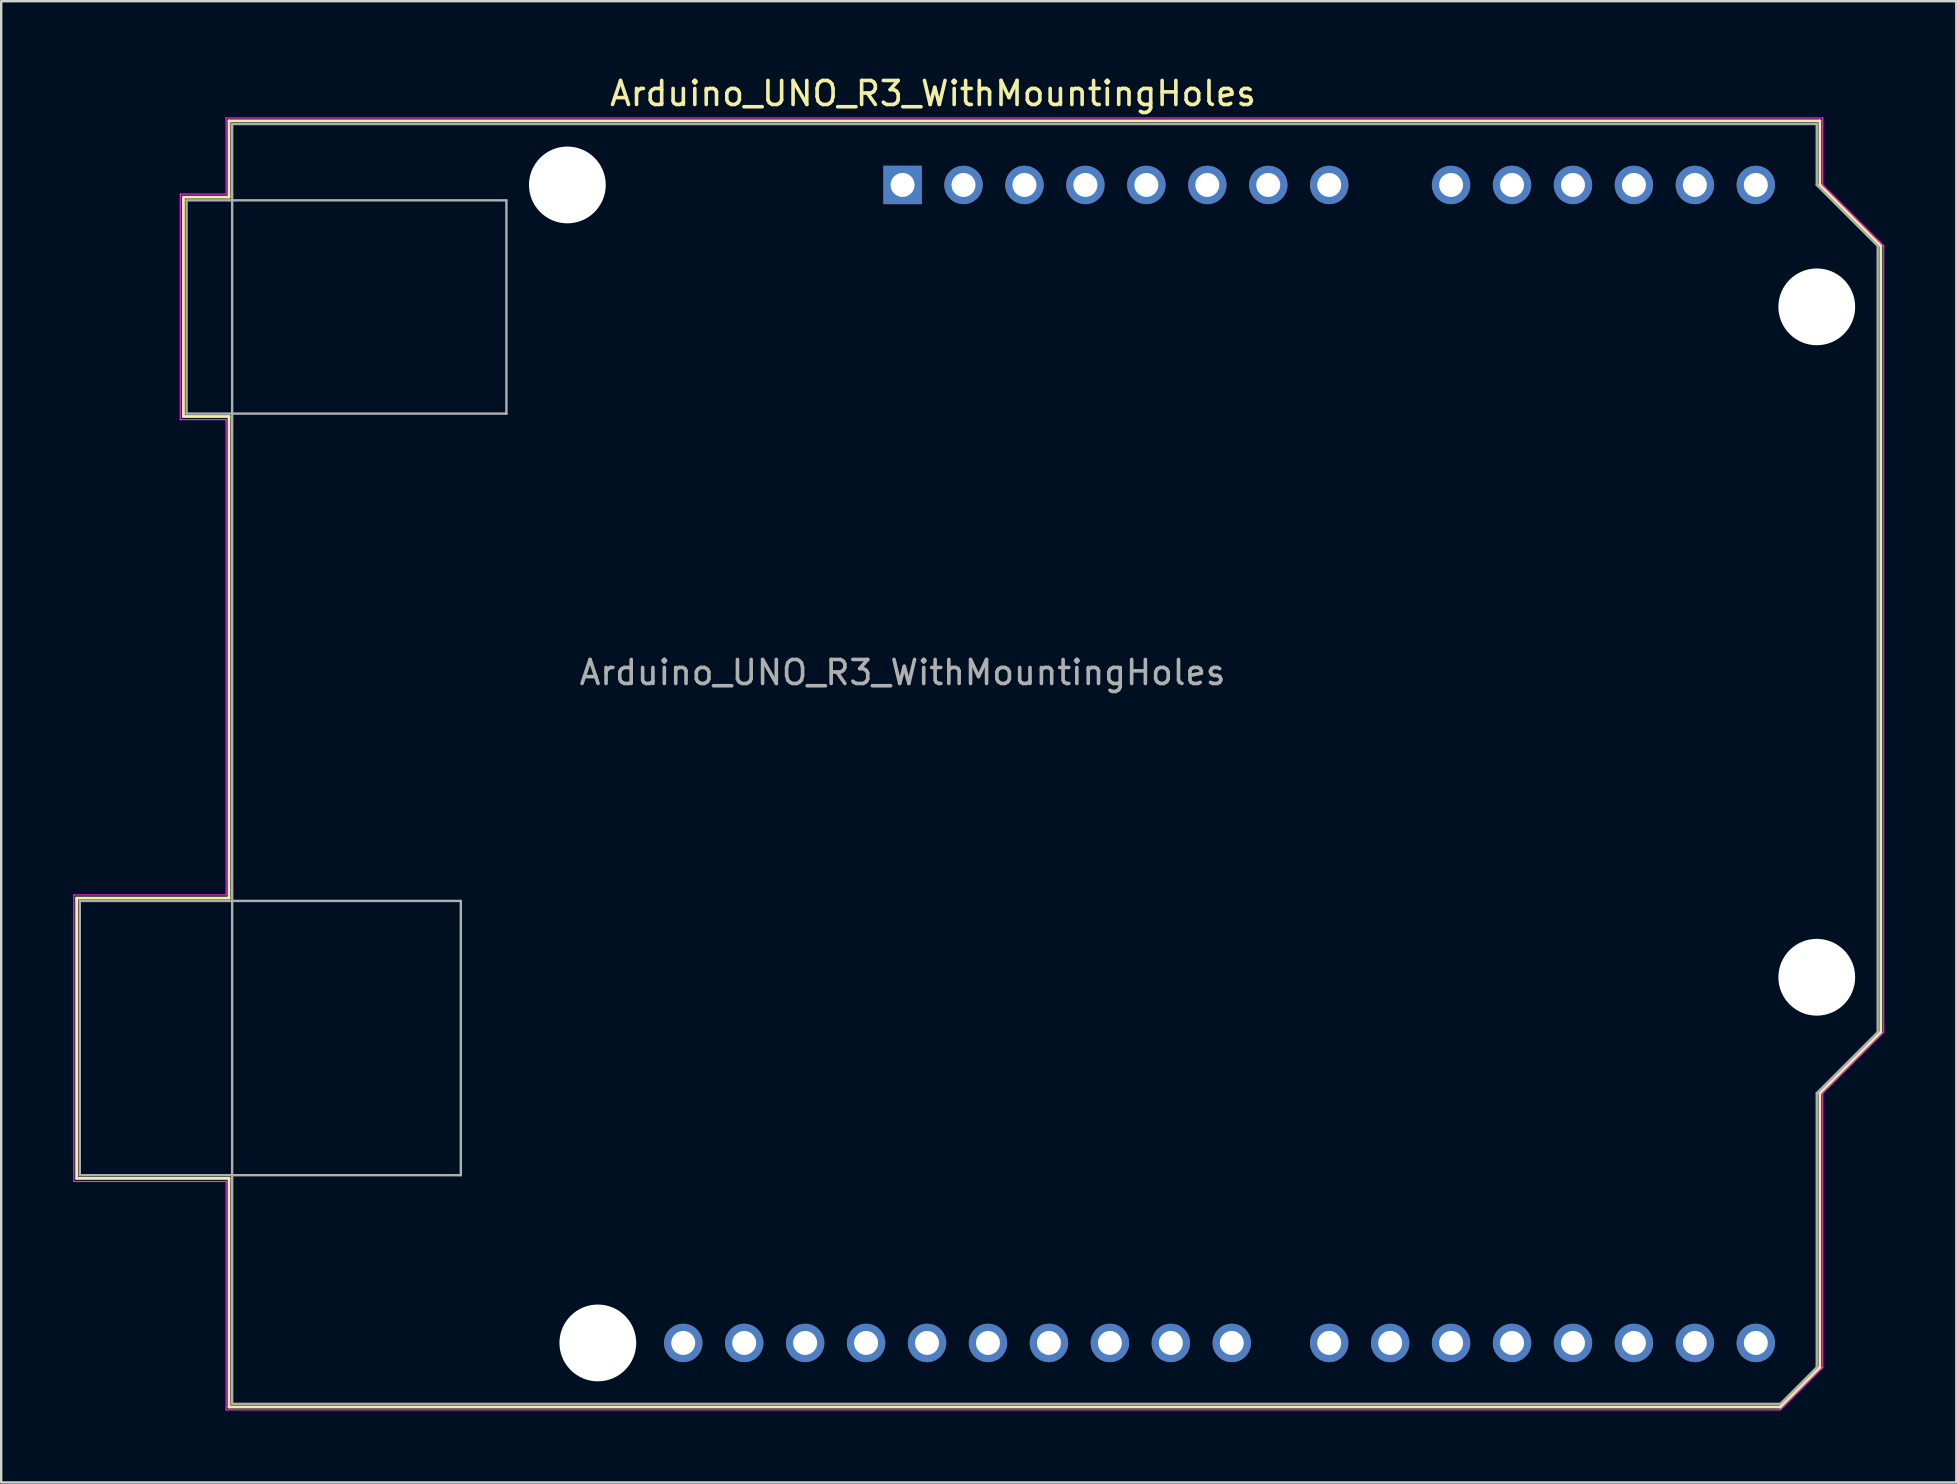
<source format=kicad_pcb>
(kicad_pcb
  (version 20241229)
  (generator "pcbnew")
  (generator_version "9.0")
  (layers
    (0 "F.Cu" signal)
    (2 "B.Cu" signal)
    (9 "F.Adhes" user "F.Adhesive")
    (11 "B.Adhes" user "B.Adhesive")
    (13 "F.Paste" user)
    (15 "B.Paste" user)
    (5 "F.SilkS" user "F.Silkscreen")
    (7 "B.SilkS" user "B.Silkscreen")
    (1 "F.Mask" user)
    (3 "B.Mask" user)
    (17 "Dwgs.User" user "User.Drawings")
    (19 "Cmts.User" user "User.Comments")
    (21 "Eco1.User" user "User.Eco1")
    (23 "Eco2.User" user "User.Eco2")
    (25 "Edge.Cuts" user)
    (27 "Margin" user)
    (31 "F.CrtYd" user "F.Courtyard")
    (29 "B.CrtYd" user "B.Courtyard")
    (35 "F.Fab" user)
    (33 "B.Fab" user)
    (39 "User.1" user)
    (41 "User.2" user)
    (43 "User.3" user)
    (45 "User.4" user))
  (footprint "Arduino_UNO_R3_WithMountingHoles"
    (layer "F.Cu")
    (at 34.565 4.658)
    (property "Reference" "Arduino_UNO_R3_WithMountingHoles" (at 1.27 -3.81 180) (layer "F.SilkS") (effects (font (size 1 1) (thickness 0.15))))
    (attr through_hole)
    (fp_line (start -34.42 29.72) (end -34.42 41.4) (stroke (width 0.12) (type solid)) (layer "F.SilkS"))
    (fp_line (start -34.42 41.4) (end -28.07 41.4) (stroke (width 0.12) (type solid)) (layer "F.SilkS"))
    (fp_line (start -29.97 0.51) (end -29.97 9.65) (stroke (width 0.12) (type solid)) (layer "F.SilkS"))
    (fp_line (start -29.97 9.65) (end -28.07 9.65) (stroke (width 0.12) (type solid)) (layer "F.SilkS"))
    (fp_line (start -28.07 -2.67) (end -28.07 0.51) (stroke (width 0.12) (type solid)) (layer "F.SilkS"))
    (fp_line (start -28.07 0.51) (end -29.97 0.51) (stroke (width 0.12) (type solid)) (layer "F.SilkS"))
    (fp_line (start -28.07 9.65) (end -28.07 29.72) (stroke (width 0.12) (type solid)) (layer "F.SilkS"))
    (fp_line (start -28.07 29.72) (end -34.42 29.72) (stroke (width 0.12) (type solid)) (layer "F.SilkS"))
    (fp_line (start -28.07 41.4) (end -28.07 50.93) (stroke (width 0.12) (type solid)) (layer "F.SilkS"))
    (fp_line (start -28.07 50.93) (end 36.58 50.93) (stroke (width 0.12) (type solid)) (layer "F.SilkS"))
    (fp_line (start 36.58 50.93) (end 38.23 49.28) (stroke (width 0.12) (type solid)) (layer "F.SilkS"))
    (fp_line (start 38.23 -2.67) (end -28.07 -2.67) (stroke (width 0.12) (type solid)) (layer "F.SilkS"))
    (fp_line (start 38.23 0) (end 38.23 -2.67) (stroke (width 0.12) (type solid)) (layer "F.SilkS"))
    (fp_line (start 38.23 37.85) (end 40.77 35.31) (stroke (width 0.12) (type solid)) (layer "F.SilkS"))
    (fp_line (start 38.23 49.28) (end 38.23 37.85) (stroke (width 0.12) (type solid)) (layer "F.SilkS"))
    (fp_line (start 40.77 2.54) (end 38.23 0) (stroke (width 0.12) (type solid)) (layer "F.SilkS"))
    (fp_line (start 40.77 35.31) (end 40.77 2.54) (stroke (width 0.12) (type solid)) (layer "F.SilkS"))
    (fp_line (start -34.54 29.59) (end -28.19 29.59) (stroke (width 0.05) (type solid)) (layer "F.CrtYd"))
    (fp_line (start -34.54 41.53) (end -34.54 29.59) (stroke (width 0.05) (type solid)) (layer "F.CrtYd"))
    (fp_line (start -30.1 0.38) (end -28.19 0.38) (stroke (width 0.05) (type solid)) (layer "F.CrtYd"))
    (fp_line (start -30.1 9.78) (end -30.1 0.38) (stroke (width 0.05) (type solid)) (layer "F.CrtYd"))
    (fp_line (start -28.19 -2.79) (end 38.35 -2.79) (stroke (width 0.05) (type solid)) (layer "F.CrtYd"))
    (fp_line (start -28.19 0.38) (end -28.19 -2.79) (stroke (width 0.05) (type solid)) (layer "F.CrtYd"))
    (fp_line (start -28.19 9.78) (end -30.1 9.78) (stroke (width 0.05) (type solid)) (layer "F.CrtYd"))
    (fp_line (start -28.19 29.59) (end -28.19 9.78) (stroke (width 0.05) (type solid)) (layer "F.CrtYd"))
    (fp_line (start -28.19 41.53) (end -34.54 41.53) (stroke (width 0.05) (type solid)) (layer "F.CrtYd"))
    (fp_line (start -28.19 51.05) (end -28.19 41.53) (stroke (width 0.05) (type solid)) (layer "F.CrtYd"))
    (fp_line (start 36.58 51.05) (end -28.19 51.05) (stroke (width 0.05) (type solid)) (layer "F.CrtYd"))
    (fp_line (start 38.35 -2.79) (end 38.35 0) (stroke (width 0.05) (type solid)) (layer "F.CrtYd"))
    (fp_line (start 38.35 0) (end 40.89 2.54) (stroke (width 0.05) (type solid)) (layer "F.CrtYd"))
    (fp_line (start 38.35 37.85) (end 38.35 49.28) (stroke (width 0.05) (type solid)) (layer "F.CrtYd"))
    (fp_line (start 38.35 49.28) (end 36.58 51.05) (stroke (width 0.05) (type solid)) (layer "F.CrtYd"))
    (fp_line (start 40.89 2.54) (end 40.89 35.31) (stroke (width 0.05) (type solid)) (layer "F.CrtYd"))
    (fp_line (start 40.89 35.31) (end 38.35 37.85) (stroke (width 0.05) (type solid)) (layer "F.CrtYd"))
    (fp_line (start -34.29 29.84) (end -18.41 29.84) (stroke (width 0.1) (type solid)) (layer "F.Fab"))
    (fp_line (start -34.29 41.27) (end -34.29 29.84) (stroke (width 0.1) (type solid)) (layer "F.Fab"))
    (fp_line (start -29.84 0.64) (end -16.51 0.64) (stroke (width 0.1) (type solid)) (layer "F.Fab"))
    (fp_line (start -29.84 9.53) (end -29.84 0.64) (stroke (width 0.1) (type solid)) (layer "F.Fab"))
    (fp_line (start -27.94 -2.54) (end 38.1 -2.54) (stroke (width 0.1) (type solid)) (layer "F.Fab"))
    (fp_line (start -27.94 50.8) (end -27.94 -2.54) (stroke (width 0.1) (type solid)) (layer "F.Fab"))
    (fp_line (start -18.41 29.84) (end -18.41 41.27) (stroke (width 0.1) (type solid)) (layer "F.Fab"))
    (fp_line (start -18.41 41.27) (end -34.29 41.27) (stroke (width 0.1) (type solid)) (layer "F.Fab"))
    (fp_line (start -16.51 0.64) (end -16.51 9.53) (stroke (width 0.1) (type solid)) (layer "F.Fab"))
    (fp_line (start -16.51 9.53) (end -29.84 9.53) (stroke (width 0.1) (type solid)) (layer "F.Fab"))
    (fp_line (start 36.58 50.8) (end -27.94 50.8) (stroke (width 0.1) (type solid)) (layer "F.Fab"))
    (fp_line (start 38.1 -2.54) (end 38.1 0) (stroke (width 0.1) (type solid)) (layer "F.Fab"))
    (fp_line (start 38.1 0) (end 40.64 2.54) (stroke (width 0.1) (type solid)) (layer "F.Fab"))
    (fp_line (start 38.1 37.85) (end 38.1 49.28) (stroke (width 0.1) (type solid)) (layer "F.Fab"))
    (fp_line (start 38.1 49.28) (end 36.58 50.8) (stroke (width 0.1) (type solid)) (layer "F.Fab"))
    (fp_line (start 40.64 2.54) (end 40.64 35.31) (stroke (width 0.1) (type solid)) (layer "F.Fab"))
    (fp_line (start 40.64 35.31) (end 38.1 37.85) (stroke (width 0.1) (type solid)) (layer "F.Fab"))
    (fp_text user "${REFERENCE}" (at 0 20.32 180) (layer "F.Fab") (effects (font (size 1 1) (thickness 0.15))))
    (pad "" np_thru_hole circle (at -13.97 0 90) (size 3.2 3.2) (drill 3.2) (layers "*.Cu" "*.Mask"))
    (pad "" np_thru_hole circle (at -12.7 48.26 90) (size 3.2 3.2) (drill 3.2) (layers "*.Cu" "*.Mask"))
    (pad "" np_thru_hole circle (at 38.1 5.08 90) (size 3.2 3.2) (drill 3.2) (layers "*.Cu" "*.Mask"))
    (pad "" np_thru_hole circle (at 38.1 33.02 90) (size 3.2 3.2) (drill 3.2) (layers "*.Cu" "*.Mask"))
    (pad "1" thru_hole rect (at 0 0 90) (size 1.6 1.6) (drill 1) (layers "*.Cu" "*.Mask"))
    (pad "2" thru_hole oval (at 2.54 0 90) (size 1.6 1.6) (drill 1) (layers "*.Cu" "*.Mask"))
    (pad "3" thru_hole oval (at 5.08 0 90) (size 1.6 1.6) (drill 1) (layers "*.Cu" "*.Mask"))
    (pad "4" thru_hole oval (at 7.62 0 90) (size 1.6 1.6) (drill 1) (layers "*.Cu" "*.Mask"))
    (pad "5" thru_hole oval (at 10.16 0 90) (size 1.6 1.6) (drill 1) (layers "*.Cu" "*.Mask"))
    (pad "6" thru_hole oval (at 12.7 0 90) (size 1.6 1.6) (drill 1) (layers "*.Cu" "*.Mask"))
    (pad "7" thru_hole oval (at 15.24 0 90) (size 1.6 1.6) (drill 1) (layers "*.Cu" "*.Mask"))
    (pad "8" thru_hole oval (at 17.78 0 90) (size 1.6 1.6) (drill 1) (layers "*.Cu" "*.Mask"))
    (pad "9" thru_hole oval (at 22.86 0 90) (size 1.6 1.6) (drill 1) (layers "*.Cu" "*.Mask"))
    (pad "10" thru_hole oval (at 25.4 0 90) (size 1.6 1.6) (drill 1) (layers "*.Cu" "*.Mask"))
    (pad "11" thru_hole oval (at 27.94 0 90) (size 1.6 1.6) (drill 1) (layers "*.Cu" "*.Mask"))
    (pad "12" thru_hole oval (at 30.48 0 90) (size 1.6 1.6) (drill 1) (layers "*.Cu" "*.Mask"))
    (pad "13" thru_hole oval (at 33.02 0 90) (size 1.6 1.6) (drill 1) (layers "*.Cu" "*.Mask"))
    (pad "14" thru_hole oval (at 35.56 0 90) (size 1.6 1.6) (drill 1) (layers "*.Cu" "*.Mask"))
    (pad "15" thru_hole oval (at 35.56 48.26 90) (size 1.6 1.6) (drill 1) (layers "*.Cu" "*.Mask"))
    (pad "16" thru_hole oval (at 33.02 48.26 90) (size 1.6 1.6) (drill 1) (layers "*.Cu" "*.Mask"))
    (pad "17" thru_hole oval (at 30.48 48.26 90) (size 1.6 1.6) (drill 1) (layers "*.Cu" "*.Mask"))
    (pad "18" thru_hole oval (at 27.94 48.26 90) (size 1.6 1.6) (drill 1) (layers "*.Cu" "*.Mask"))
    (pad "19" thru_hole oval (at 25.4 48.26 90) (size 1.6 1.6) (drill 1) (layers "*.Cu" "*.Mask"))
    (pad "20" thru_hole oval (at 22.86 48.26 90) (size 1.6 1.6) (drill 1) (layers "*.Cu" "*.Mask"))
    (pad "21" thru_hole oval (at 20.32 48.26 90) (size 1.6 1.6) (drill 1) (layers "*.Cu" "*.Mask"))
    (pad "22" thru_hole oval (at 17.78 48.26 90) (size 1.6 1.6) (drill 1) (layers "*.Cu" "*.Mask"))
    (pad "23" thru_hole oval (at 13.72 48.26 90) (size 1.6 1.6) (drill 1) (layers "*.Cu" "*.Mask"))
    (pad "24" thru_hole oval (at 11.18 48.26 90) (size 1.6 1.6) (drill 1) (layers "*.Cu" "*.Mask"))
    (pad "25" thru_hole oval (at 8.64 48.26 90) (size 1.6 1.6) (drill 1) (layers "*.Cu" "*.Mask"))
    (pad "26" thru_hole oval (at 6.1 48.26 90) (size 1.6 1.6) (drill 1) (layers "*.Cu" "*.Mask"))
    (pad "27" thru_hole oval (at 3.56 48.26 90) (size 1.6 1.6) (drill 1) (layers "*.Cu" "*.Mask"))
    (pad "28" thru_hole oval (at 1.02 48.26 90) (size 1.6 1.6) (drill 1) (layers "*.Cu" "*.Mask"))
    (pad "29" thru_hole oval (at -1.52 48.26 90) (size 1.6 1.6) (drill 1) (layers "*.Cu" "*.Mask"))
    (pad "30" thru_hole oval (at -4.06 48.26 90) (size 1.6 1.6) (drill 1) (layers "*.Cu" "*.Mask"))
    (pad "31" thru_hole oval (at -6.6 48.26 90) (size 1.6 1.6) (drill 1) (layers "*.Cu" "*.Mask"))
    (pad "32" thru_hole oval (at -9.14 48.26 90) (size 1.6 1.6) (drill 1) (layers "*.Cu" "*.Mask")))
  (gr_rect
    (start -3 -3)
    (end 78.48 58.733)
    (stroke (width 0.1) (type default))
    (fill no)
    (layer "Edge.Cuts")))
</source>
